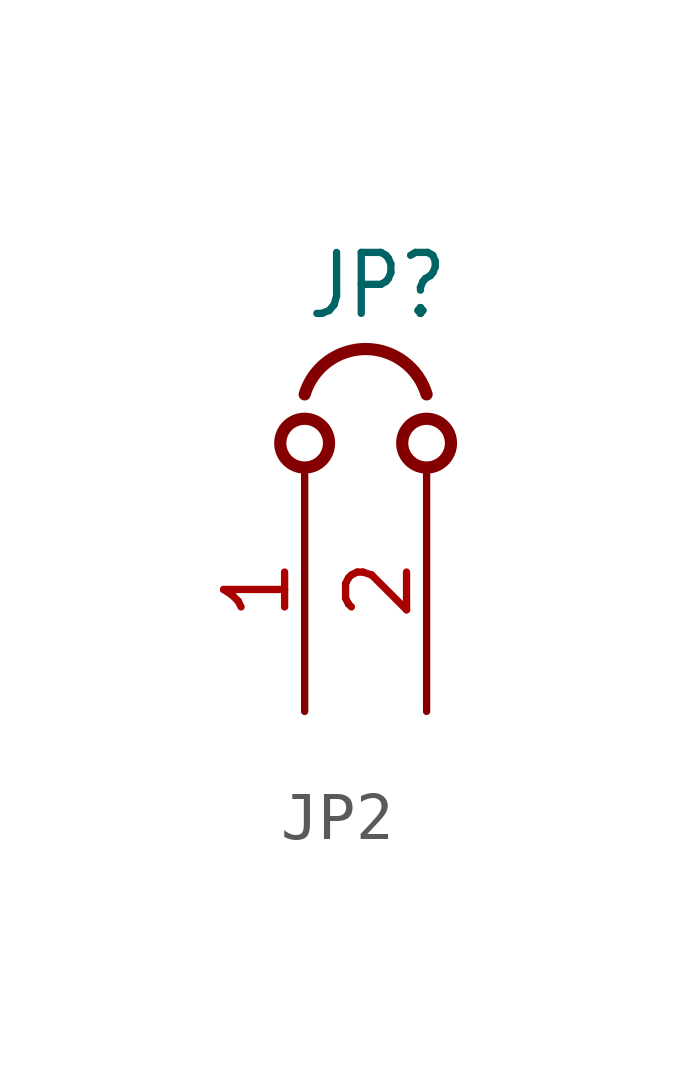
<source format=kicad_sym>
(kicad_symbol_lib
  (version 20220914)
  (generator kicad_symbol_editor)
  (symbol "JP2"
    (property "Reference" "JP"
      (at 0 3.048 0)
      (effects (font (size 1.27 1.079)) (justify left bottom)))
    (property "ki_locked" ""
      (at 0 0 0)
      (effects (font (size 1.27 1.27))))
    (symbol "JP2_1_0"
      (circle (center 0 0.508) (radius 0.508) (stroke (width 0.254) (type solid)) (fill (type none)))
      (circle (center 2.54 0.508) (radius 0.508) (stroke (width 0.254) (type solid)) (fill (type none)))
      (arc (start 2.54 1.524) (mid 1.27 2.4689) (end 0 1.524) (stroke (width 0.254) (type solid)) (fill (type none)))
      (pin passive line (at 0 -5.08 90) (length 5.08) (name "1" (effects (font (size 0 0)))) (number "1" (effects (font (size 1.27 1.27)))))
      (pin passive line (at 2.54 -5.08 90) (length 5.08) (name "2" (effects (font (size 0 0)))) (number "2" (effects (font (size 1.27 1.27))))))))
</source>
